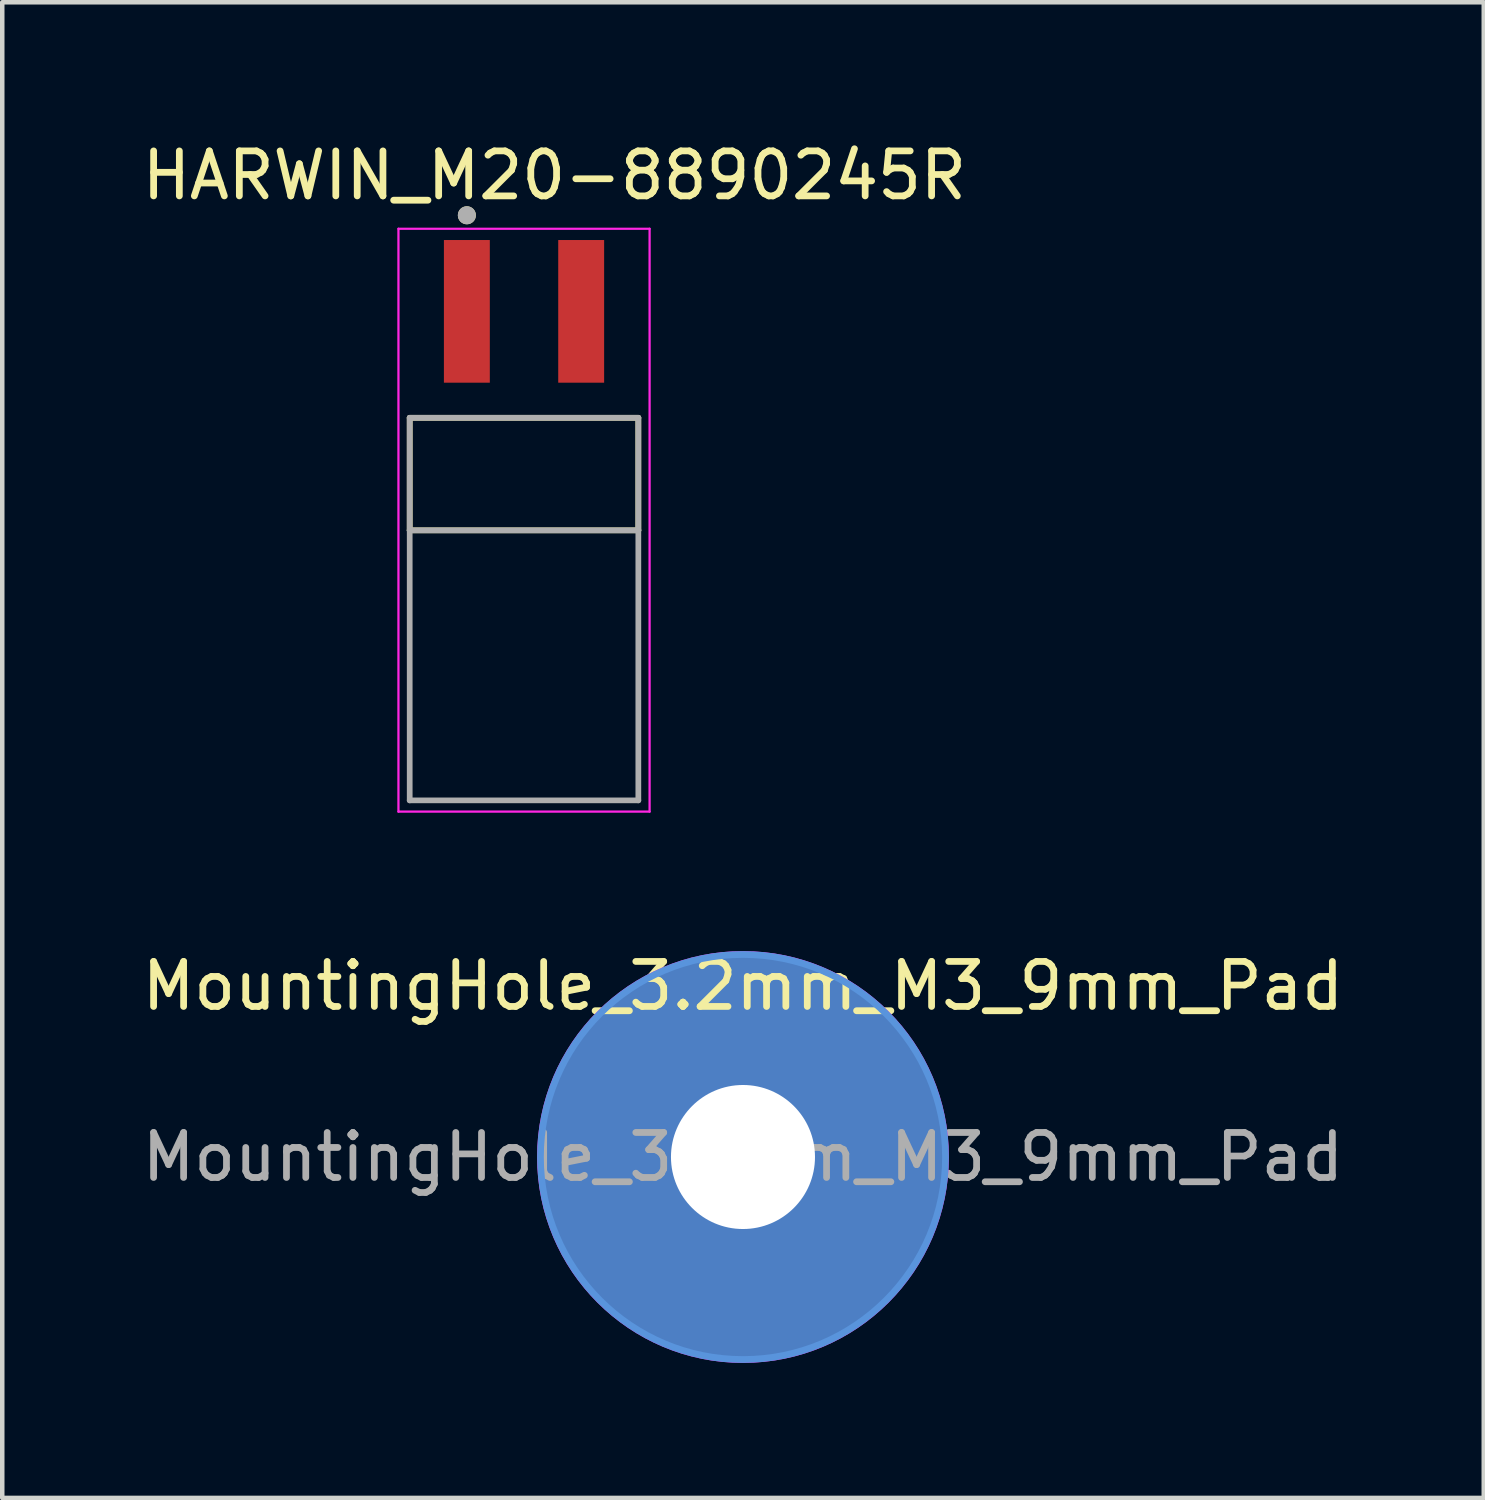
<source format=kicad_pcb>
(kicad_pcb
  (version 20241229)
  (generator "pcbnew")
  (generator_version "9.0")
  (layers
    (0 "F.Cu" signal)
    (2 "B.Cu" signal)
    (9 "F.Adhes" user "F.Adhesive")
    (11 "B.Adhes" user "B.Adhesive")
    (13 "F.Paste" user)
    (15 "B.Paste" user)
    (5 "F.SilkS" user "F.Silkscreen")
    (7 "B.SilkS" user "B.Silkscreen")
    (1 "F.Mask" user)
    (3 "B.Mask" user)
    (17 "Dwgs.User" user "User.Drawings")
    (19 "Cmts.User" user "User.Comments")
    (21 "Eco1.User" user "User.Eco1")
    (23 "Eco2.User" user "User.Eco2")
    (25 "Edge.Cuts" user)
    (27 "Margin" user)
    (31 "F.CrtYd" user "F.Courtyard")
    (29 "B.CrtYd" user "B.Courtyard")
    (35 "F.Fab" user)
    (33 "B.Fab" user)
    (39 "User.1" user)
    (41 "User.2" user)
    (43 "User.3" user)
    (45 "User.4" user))
  (footprint "HARWIN_M20-8890245R"
    (layer "F.Cu")
    (at 8.593 7.483)
    (property "Reference" "HARWIN_M20-8890245R" (at 0.675 -6.635 0) (layer "F.SilkS") (effects (font (size 1 1) (thickness 0.15))))
    (attr smd)
    (fp_line (start -2.54 -1.25) (end 2.54 -1.25) (stroke (width 0.127) (type solid)) (layer "F.SilkS"))
    (fp_line (start -2.54 1.25) (end -2.54 -1.25) (stroke (width 0.127) (type solid)) (layer "F.SilkS"))
    (fp_line (start 2.54 -1.25) (end 2.54 1.25) (stroke (width 0.127) (type solid)) (layer "F.SilkS"))
    (fp_line (start 2.54 1.25) (end -2.54 1.25) (stroke (width 0.127) (type solid)) (layer "F.SilkS"))
    (fp_circle (center -1.27 -5.75) (end -1.17 -5.75) (stroke (width 0.2) (type solid)) (fill no) (layer "F.SilkS"))
    (fp_line (start -2.79 -5.45) (end -2.79 7.5) (stroke (width 0.05) (type solid)) (layer "F.CrtYd"))
    (fp_line (start -2.79 7.5) (end 2.79 7.5) (stroke (width 0.05) (type solid)) (layer "F.CrtYd"))
    (fp_line (start 2.79 -5.45) (end -2.79 -5.45) (stroke (width 0.05) (type solid)) (layer "F.CrtYd"))
    (fp_line (start 2.79 7.5) (end 2.79 -5.45) (stroke (width 0.05) (type solid)) (layer "F.CrtYd"))
    (fp_line (start -2.54 -1.25) (end 2.54 -1.25) (stroke (width 0.127) (type solid)) (layer "F.Fab"))
    (fp_line (start -2.54 1.25) (end -2.54 -1.25) (stroke (width 0.127) (type solid)) (layer "F.Fab"))
    (fp_line (start -2.54 7.25) (end -2.54 1.25) (stroke (width 0.127) (type solid)) (layer "F.Fab"))
    (fp_line (start 2.54 -1.25) (end 2.54 1.25) (stroke (width 0.127) (type solid)) (layer "F.Fab"))
    (fp_line (start 2.54 1.25) (end -2.54 1.25) (stroke (width 0.127) (type solid)) (layer "F.Fab"))
    (fp_line (start 2.54 1.25) (end 2.54 7.25) (stroke (width 0.127) (type solid)) (layer "F.Fab"))
    (fp_line (start 2.54 7.25) (end -2.54 7.25) (stroke (width 0.127) (type solid)) (layer "F.Fab"))
    (fp_circle (center -1.27 -5.75) (end -1.17 -5.75) (stroke (width 0.2) (type solid)) (fill no) (layer "F.Fab"))
    (pad "1" smd rect (at -1.27 -3.615) (size 1.02 3.17) (layers "F.Cu" "F.Mask" "F.Paste"))
    (pad "2" smd rect (at 1.27 -3.615) (size 1.02 3.17) (layers "F.Cu" "F.Mask" "F.Paste")))
  (footprint "MountingHole_3.2mm_M3_9mm_Pad"
    (layer "F.Cu")
    (at 13.458 22.657)
    (property "Reference" "MountingHole_3.2mm_M3_9mm_Pad" (at 0 -3.8 0) (layer "F.SilkS") (effects (font (size 1 1) (thickness 0.15))))
    (attr exclude_from_pos_files)
    (fp_circle (center 0 0) (end 4.5 0) (stroke (width 0.15) (type solid)) (fill no) (layer "Cmts.User"))
    (fp_circle (center 0 0) (end 4.55 0) (stroke (width 0.05) (type solid)) (fill no) (layer "F.CrtYd"))
    (fp_text user "${REFERENCE}" (at 0 0 0) (layer "F.Fab") (effects (font (size 1 1) (thickness 0.15))))
    (pad "1" thru_hole circle (at 0 0) (size 9 9) (drill 3.2) (layers "*.Cu" "*.Mask")))
  (gr_rect
    (start -3 -3)
    (end 29.917 30.232)
    (stroke (width 0.1) (type default))
    (fill no)
    (layer "Edge.Cuts")))
</source>
